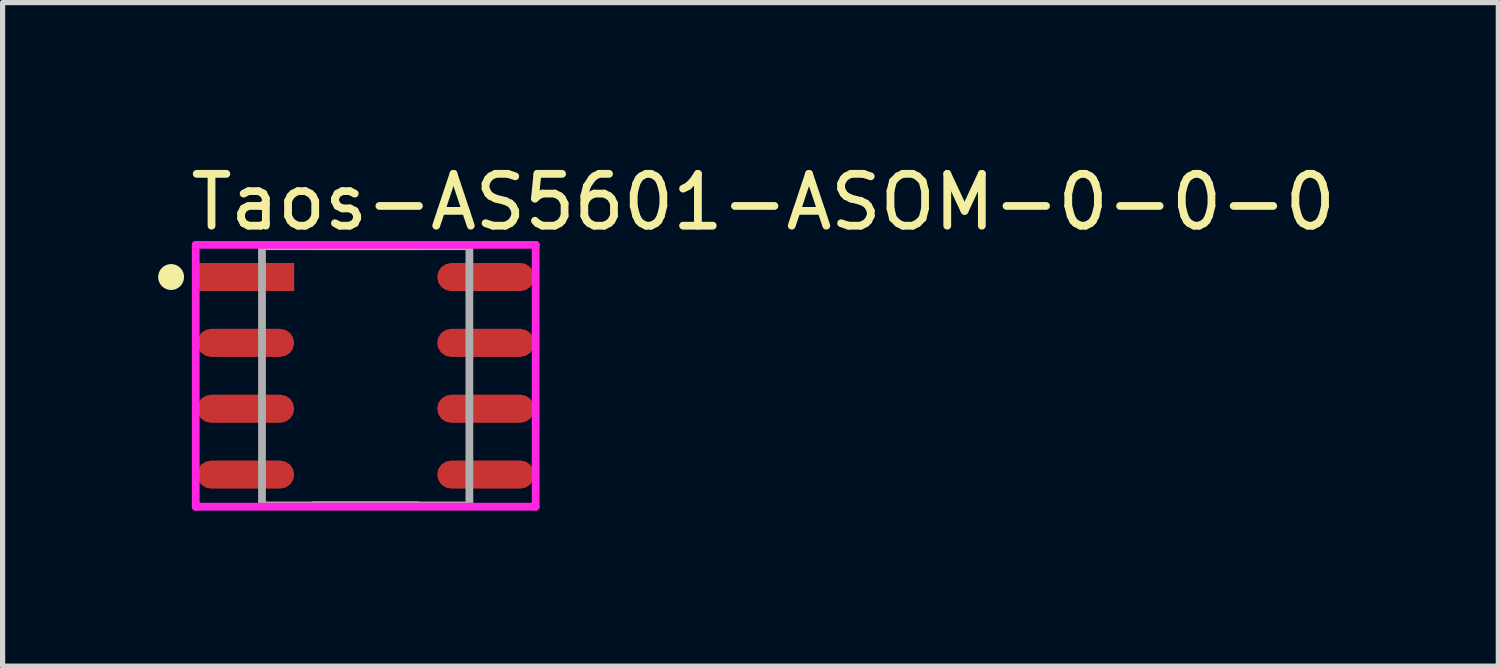
<source format=kicad_pcb>
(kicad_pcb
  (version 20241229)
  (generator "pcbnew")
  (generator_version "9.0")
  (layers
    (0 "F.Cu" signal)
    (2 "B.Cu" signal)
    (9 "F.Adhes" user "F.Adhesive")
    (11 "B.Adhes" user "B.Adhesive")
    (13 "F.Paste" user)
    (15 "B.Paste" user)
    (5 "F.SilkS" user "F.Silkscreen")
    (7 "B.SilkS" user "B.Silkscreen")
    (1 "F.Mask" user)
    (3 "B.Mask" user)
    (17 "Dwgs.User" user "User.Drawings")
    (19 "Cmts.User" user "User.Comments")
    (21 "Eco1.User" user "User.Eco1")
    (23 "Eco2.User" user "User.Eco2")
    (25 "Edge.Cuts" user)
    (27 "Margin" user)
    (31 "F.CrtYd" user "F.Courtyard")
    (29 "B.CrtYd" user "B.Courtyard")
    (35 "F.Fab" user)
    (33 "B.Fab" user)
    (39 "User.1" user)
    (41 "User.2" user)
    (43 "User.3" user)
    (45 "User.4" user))
  (footprint "Taos-AS5601-ASOM-0-0-0"
    (layer "F.Cu")
    (at 4.003 4.198)
    (property "Reference" "Taos-AS5601-ASOM-0-0-0" (at -3.453 -3.35 0) (layer "F.SilkS") (effects (font (size 1 1) (thickness 0.15)) (justify left)))
    (attr through_hole)
    (fp_line (start -1.004 -2.5) (end 1.004 -2.5) (stroke (width 0.15) (type solid)) (layer "F.SilkS"))
    (fp_line (start -1.004 2.5) (end 1.004 2.5) (stroke (width 0.15) (type solid)) (layer "F.SilkS"))
    (fp_circle (center -3.753 -1.905) (end -3.628 -1.905) (stroke (width 0.25) (type solid)) (fill no) (layer "F.SilkS"))
    (fp_line (start -3.278 -2.525) (end -3.278 2.525) (stroke (width 0.15) (type solid)) (layer "F.CrtYd"))
    (fp_line (start -3.278 2.525) (end 3.278 2.525) (stroke (width 0.15) (type solid)) (layer "F.CrtYd"))
    (fp_line (start 3.278 -2.525) (end -3.278 -2.525) (stroke (width 0.15) (type solid)) (layer "F.CrtYd"))
    (fp_line (start 3.278 -2.525) (end 3.278 -2.525) (stroke (width 0.15) (type solid)) (layer "F.CrtYd"))
    (fp_line (start 3.278 2.525) (end 3.278 -2.525) (stroke (width 0.15) (type solid)) (layer "F.CrtYd"))
    (fp_line (start -2 -2.5) (end 2 -2.5) (stroke (width 0.15) (type solid)) (layer "F.Fab"))
    (fp_line (start -2 2.5) (end -2 -2.5) (stroke (width 0.15) (type solid)) (layer "F.Fab"))
    (fp_line (start 2 -2.5) (end 2 2.5) (stroke (width 0.15) (type solid)) (layer "F.Fab"))
    (fp_line (start 2 2.5) (end -2 2.5) (stroke (width 0.15) (type solid)) (layer "F.Fab"))
    (pad "1" smd rect (at -2.316 -1.905) (size 1.874 0.542) (layers "F.Cu" "F.Mask" "F.Paste"))
    (pad "2" smd roundrect (at -2.316 -0.635) (size 1.874 0.542) (layers "F.Cu" "F.Mask" "F.Paste") (roundrect_rratio 0.5))
    (pad "3" smd roundrect (at -2.316 0.635) (size 1.874 0.542) (layers "F.Cu" "F.Mask" "F.Paste") (roundrect_rratio 0.5))
    (pad "4" smd roundrect (at -2.316 1.905) (size 1.874 0.542) (layers "F.Cu" "F.Mask" "F.Paste") (roundrect_rratio 0.5))
    (pad "5" smd roundrect (at 2.316 1.905) (size 1.874 0.542) (layers "F.Cu" "F.Mask" "F.Paste") (roundrect_rratio 0.5))
    (pad "6" smd roundrect (at 2.316 0.635) (size 1.874 0.542) (layers "F.Cu" "F.Mask" "F.Paste") (roundrect_rratio 0.5))
    (pad "7" smd roundrect (at 2.316 -0.635) (size 1.874 0.542) (layers "F.Cu" "F.Mask" "F.Paste") (roundrect_rratio 0.5))
    (pad "8" smd roundrect (at 2.316 -1.905) (size 1.874 0.542) (layers "F.Cu" "F.Mask" "F.Paste") (roundrect_rratio 0.5)))
  (gr_rect
    (start -3 -3)
    (end 25.848 9.798)
    (stroke (width 0.1) (type default))
    (fill no)
    (layer "Edge.Cuts")))
</source>
